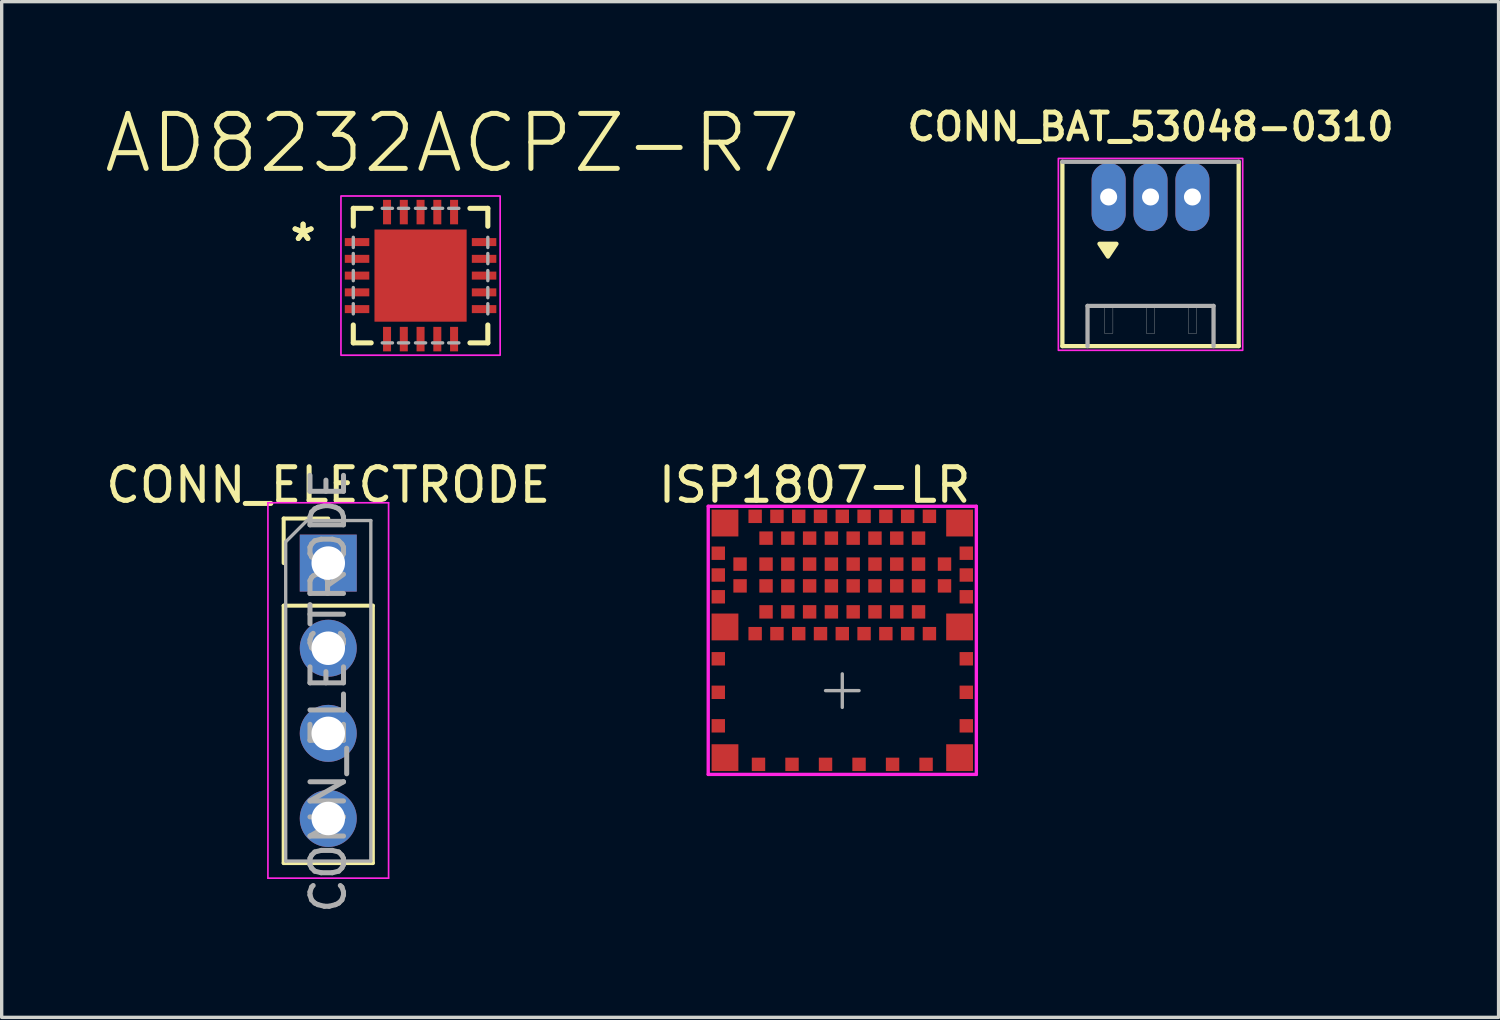
<source format=kicad_pcb>
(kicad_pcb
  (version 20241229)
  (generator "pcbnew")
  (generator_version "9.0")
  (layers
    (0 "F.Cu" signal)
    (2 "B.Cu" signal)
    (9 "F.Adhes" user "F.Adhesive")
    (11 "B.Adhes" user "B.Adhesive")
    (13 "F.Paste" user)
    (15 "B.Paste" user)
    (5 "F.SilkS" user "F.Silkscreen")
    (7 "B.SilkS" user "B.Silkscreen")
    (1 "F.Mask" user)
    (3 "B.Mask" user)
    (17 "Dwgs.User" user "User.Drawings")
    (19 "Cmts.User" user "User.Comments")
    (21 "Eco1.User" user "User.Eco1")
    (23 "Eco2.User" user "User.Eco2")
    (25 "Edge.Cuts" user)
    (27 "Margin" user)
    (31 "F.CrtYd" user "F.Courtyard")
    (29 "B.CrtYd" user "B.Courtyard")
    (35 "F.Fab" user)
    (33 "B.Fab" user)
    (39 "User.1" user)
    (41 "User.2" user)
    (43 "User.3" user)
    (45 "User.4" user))
  (footprint "ISP1807-LR"
    (layer "F.Cu")
    (at 18.081 12.056)
    (property "Reference" "ISP1807-LR" (at 3.175 -0.635 0) (layer "F.SilkS") (effects (font (size 1 1) (thickness 0.15))))
    (attr smd)
    (fp_line (start 0 0) (end 8 0) (stroke (width 0.1) (type solid)) (layer "F.CrtYd"))
    (fp_line (start 0 8) (end 0 0) (stroke (width 0.1) (type solid)) (layer "F.CrtYd"))
    (fp_line (start 0 8) (end 8 8) (stroke (width 0.1) (type solid)) (layer "F.CrtYd"))
    (fp_line (start 8 8) (end 8 0) (stroke (width 0.1) (type solid)) (layer "F.CrtYd"))
    (fp_line (start 3.5 5.5) (end 4.5 5.5) (stroke (width 0.1) (type solid)) (layer "F.Fab"))
    (fp_line (start 4 6) (end 4 5) (stroke (width 0.1) (type solid)) (layer "F.Fab"))
    (pad "1" smd rect (at 0.5 0.5) (size 0.8 0.8) (layers "F.Cu" "F.Mask" "F.Paste"))
    (pad "2" smd rect (at 0.3 1.4) (size 0.4 0.4) (layers "F.Cu" "F.Mask" "F.Paste"))
    (pad "3" smd rect (at 0.95 1.725) (size 0.4 0.4) (layers "F.Cu" "F.Mask" "F.Paste"))
    (pad "4" smd rect (at 0.3 2.05) (size 0.4 0.4) (layers "F.Cu" "F.Mask" "F.Paste"))
    (pad "5" smd rect (at 0.95 2.375) (size 0.4 0.4) (layers "F.Cu" "F.Mask" "F.Paste"))
    (pad "6" smd rect (at 0.3 2.7) (size 0.4 0.4) (layers "F.Cu" "F.Mask" "F.Paste"))
    (pad "7" smd rect (at 0.5 3.6) (size 0.8 0.8) (layers "F.Cu" "F.Mask" "F.Paste"))
    (pad "8" smd rect (at 1.4 3.8) (size 0.4 0.4) (layers "F.Cu" "F.Mask" "F.Paste"))
    (pad "9" smd rect (at 1.725 3.15) (size 0.4 0.4) (layers "F.Cu" "F.Mask" "F.Paste"))
    (pad "10" smd rect (at 2.05 3.8) (size 0.4 0.4) (layers "F.Cu" "F.Mask" "F.Paste"))
    (pad "11" smd rect (at 2.375 3.15) (size 0.4 0.4) (layers "F.Cu" "F.Mask" "F.Paste"))
    (pad "12" smd rect (at 2.7 3.8) (size 0.4 0.4) (layers "F.Cu" "F.Mask" "F.Paste"))
    (pad "13" smd rect (at 3.025 3.15) (size 0.4 0.4) (layers "F.Cu" "F.Mask" "F.Paste"))
    (pad "14" smd rect (at 3.35 3.8) (size 0.4 0.4) (layers "F.Cu" "F.Mask" "F.Paste"))
    (pad "15" smd rect (at 3.675 3.15) (size 0.4 0.4) (layers "F.Cu" "F.Mask" "F.Paste"))
    (pad "16" smd rect (at 4 3.8) (size 0.4 0.4) (layers "F.Cu" "F.Mask" "F.Paste"))
    (pad "17" smd rect (at 4.325 3.15) (size 0.4 0.4) (layers "F.Cu" "F.Mask" "F.Paste"))
    (pad "18" smd rect (at 4.65 3.8) (size 0.4 0.4) (layers "F.Cu" "F.Mask" "F.Paste"))
    (pad "19" smd rect (at 4.975 3.15) (size 0.4 0.4) (layers "F.Cu" "F.Mask" "F.Paste"))
    (pad "20" smd rect (at 5.3 3.8) (size 0.4 0.4) (layers "F.Cu" "F.Mask" "F.Paste"))
    (pad "21" smd rect (at 5.625 3.15) (size 0.4 0.4) (layers "F.Cu" "F.Mask" "F.Paste"))
    (pad "22" smd rect (at 5.95 3.8) (size 0.4 0.4) (layers "F.Cu" "F.Mask" "F.Paste"))
    (pad "23" smd rect (at 6.275 3.15) (size 0.4 0.4) (layers "F.Cu" "F.Mask" "F.Paste"))
    (pad "24" smd rect (at 6.6 3.8) (size 0.4 0.4) (layers "F.Cu" "F.Mask" "F.Paste"))
    (pad "25" smd rect (at 7.5 3.6) (size 0.8 0.8) (layers "F.Cu" "F.Mask" "F.Paste"))
    (pad "26" smd rect (at 7.7 2.7) (size 0.4 0.4) (layers "F.Cu" "F.Mask" "F.Paste"))
    (pad "27" smd rect (at 7.05 2.375) (size 0.4 0.4) (layers "F.Cu" "F.Mask" "F.Paste"))
    (pad "28" smd rect (at 7.7 2.05) (size 0.4 0.4) (layers "F.Cu" "F.Mask" "F.Paste"))
    (pad "29" smd rect (at 7.05 1.725) (size 0.4 0.4) (layers "F.Cu" "F.Mask" "F.Paste"))
    (pad "30" smd rect (at 7.7 1.4) (size 0.4 0.4) (layers "F.Cu" "F.Mask" "F.Paste"))
    (pad "31" smd rect (at 7.5 0.5) (size 0.8 0.8) (layers "F.Cu" "F.Mask" "F.Paste"))
    (pad "32" smd rect (at 6.6 0.3) (size 0.4 0.4) (layers "F.Cu" "F.Mask" "F.Paste"))
    (pad "33" smd rect (at 6.275 0.95) (size 0.4 0.4) (layers "F.Cu" "F.Mask" "F.Paste"))
    (pad "34" smd rect (at 5.95 0.3) (size 0.4 0.4) (layers "F.Cu" "F.Mask" "F.Paste"))
    (pad "35" smd rect (at 5.625 0.95) (size 0.4 0.4) (layers "F.Cu" "F.Mask" "F.Paste"))
    (pad "36" smd rect (at 5.3 0.3) (size 0.4 0.4) (layers "F.Cu" "F.Mask" "F.Paste"))
    (pad "37" smd rect (at 4.975 0.95) (size 0.4 0.4) (layers "F.Cu" "F.Mask" "F.Paste"))
    (pad "38" smd rect (at 4.65 0.3) (size 0.4 0.4) (layers "F.Cu" "F.Mask" "F.Paste"))
    (pad "39" smd rect (at 4.325 0.95) (size 0.4 0.4) (layers "F.Cu" "F.Mask" "F.Paste"))
    (pad "40" smd rect (at 4 0.3) (size 0.4 0.4) (layers "F.Cu" "F.Mask" "F.Paste"))
    (pad "41" smd rect (at 3.675 0.95) (size 0.4 0.4) (layers "F.Cu" "F.Mask" "F.Paste"))
    (pad "42" smd rect (at 3.35 0.3) (size 0.4 0.4) (layers "F.Cu" "F.Mask" "F.Paste"))
    (pad "43" smd rect (at 3.025 0.95) (size 0.4 0.4) (layers "F.Cu" "F.Mask" "F.Paste"))
    (pad "44" smd rect (at 2.7 0.3) (size 0.4 0.4) (layers "F.Cu" "F.Mask" "F.Paste"))
    (pad "45" smd rect (at 2.375 0.95) (size 0.4 0.4) (layers "F.Cu" "F.Mask" "F.Paste"))
    (pad "46" smd rect (at 2.05 0.3) (size 0.4 0.4) (layers "F.Cu" "F.Mask" "F.Paste"))
    (pad "47" smd rect (at 1.725 0.95) (size 0.4 0.4) (layers "F.Cu" "F.Mask" "F.Paste"))
    (pad "48" smd rect (at 1.4 0.3) (size 0.4 0.4) (layers "F.Cu" "F.Mask" "F.Paste"))
    (pad "49" smd rect (at 6.275 1.725) (size 0.4 0.4) (layers "F.Cu" "F.Mask" "F.Paste"))
    (pad "50" smd rect (at 5.625 1.725) (size 0.4 0.4) (layers "F.Cu" "F.Mask" "F.Paste"))
    (pad "51" smd rect (at 4.975 1.725) (size 0.4 0.4) (layers "F.Cu" "F.Mask" "F.Paste"))
    (pad "52" smd rect (at 4.325 1.725) (size 0.4 0.4) (layers "F.Cu" "F.Mask" "F.Paste"))
    (pad "53" smd rect (at 3.675 1.725) (size 0.4 0.4) (layers "F.Cu" "F.Mask" "F.Paste"))
    (pad "54" smd rect (at 3.025 1.725) (size 0.4 0.4) (layers "F.Cu" "F.Mask" "F.Paste"))
    (pad "55" smd rect (at 2.375 1.725) (size 0.4 0.4) (layers "F.Cu" "F.Mask" "F.Paste"))
    (pad "56" smd rect (at 1.725 1.725) (size 0.4 0.4) (layers "F.Cu" "F.Mask" "F.Paste"))
    (pad "57" smd rect (at 6.275 2.375) (size 0.4 0.4) (layers "F.Cu" "F.Mask" "F.Paste"))
    (pad "58" smd rect (at 5.625 2.375) (size 0.4 0.4) (layers "F.Cu" "F.Mask" "F.Paste"))
    (pad "59" smd rect (at 4.975 2.375) (size 0.4 0.4) (layers "F.Cu" "F.Mask" "F.Paste"))
    (pad "60" smd rect (at 4.325 2.375) (size 0.4 0.4) (layers "F.Cu" "F.Mask" "F.Paste"))
    (pad "61" smd rect (at 3.675 2.375) (size 0.4 0.4) (layers "F.Cu" "F.Mask" "F.Paste"))
    (pad "62" smd rect (at 3.025 2.375) (size 0.4 0.4) (layers "F.Cu" "F.Mask" "F.Paste"))
    (pad "63" smd rect (at 2.375 2.375) (size 0.4 0.4) (layers "F.Cu" "F.Mask" "F.Paste"))
    (pad "64" smd rect (at 1.725 2.375) (size 0.4 0.4) (layers "F.Cu" "F.Mask" "F.Paste"))
    (pad "65" smd rect (at 0.3 4.55) (size 0.4 0.4) (layers "F.Cu" "F.Mask" "F.Paste"))
    (pad "66" smd rect (at 0.3 5.55) (size 0.4 0.4) (layers "F.Cu" "F.Mask" "F.Paste"))
    (pad "67" smd rect (at 0.3 6.55) (size 0.4 0.4) (layers "F.Cu" "F.Mask" "F.Paste"))
    (pad "68" smd rect (at 0.5 7.5) (size 0.8 0.8) (layers "F.Cu" "F.Mask" "F.Paste"))
    (pad "69" smd rect (at 1.5 7.7) (size 0.4 0.4) (layers "F.Cu" "F.Mask" "F.Paste"))
    (pad "70" smd rect (at 2.5 7.7) (size 0.4 0.4) (layers "F.Cu" "F.Mask" "F.Paste"))
    (pad "71" smd rect (at 3.5 7.7) (size 0.4 0.4) (layers "F.Cu" "F.Mask" "F.Paste"))
    (pad "72" smd rect (at 4.5 7.7) (size 0.4 0.4) (layers "F.Cu" "F.Mask" "F.Paste"))
    (pad "73" smd rect (at 5.5 7.7) (size 0.4 0.4) (layers "F.Cu" "F.Mask" "F.Paste"))
    (pad "74" smd rect (at 6.5 7.7) (size 0.4 0.4) (layers "F.Cu" "F.Mask" "F.Paste"))
    (pad "75" smd rect (at 7.5 7.5) (size 0.8 0.8) (layers "F.Cu" "F.Mask" "F.Paste"))
    (pad "76" smd rect (at 7.7 6.55) (size 0.4 0.4) (layers "F.Cu" "F.Mask" "F.Paste"))
    (pad "77" smd rect (at 7.7 5.55) (size 0.4 0.4) (layers "F.Cu" "F.Mask" "F.Paste"))
    (pad "78" smd rect (at 7.7 4.55) (size 0.4 0.4) (layers "F.Cu" "F.Mask" "F.Paste")))
  (footprint "AD8232ACPZ-R7"
    (layer "F.Cu")
    (at 9.498 5.173)
    (property "Reference" "AD8232ACPZ-R7" (at 0.95 -3.95 0) (layer "F.SilkS") (effects (font (size 1.64 1.64) (thickness 0.15))))
    (attr smd)
    (fp_line (start -2.007 -2.007) (end -2.007 -1.473) (stroke (width 0.152) (type solid)) (layer "F.SilkS"))
    (fp_line (start -2.007 1.473) (end -2.007 2.007) (stroke (width 0.152) (type solid)) (layer "F.SilkS"))
    (fp_line (start -2.007 2.007) (end -1.473 2.007) (stroke (width 0.152) (type solid)) (layer "F.SilkS"))
    (fp_line (start -1.473 -2.007) (end -2.007 -2.007) (stroke (width 0.152) (type solid)) (layer "F.SilkS"))
    (fp_line (start 1.473 2.007) (end 2.007 2.007) (stroke (width 0.152) (type solid)) (layer "F.SilkS"))
    (fp_line (start 2.007 -2.007) (end 1.473 -2.007) (stroke (width 0.152) (type solid)) (layer "F.SilkS"))
    (fp_line (start 2.007 -1.473) (end 2.007 -2.007) (stroke (width 0.152) (type solid)) (layer "F.SilkS"))
    (fp_line (start 2.007 2.007) (end 2.007 1.473) (stroke (width 0.152) (type solid)) (layer "F.SilkS"))
    (fp_rect (start -2.375 -2.375) (end 2.375 2.375) (stroke (width 0.05) (type default)) (fill no) (layer "F.CrtYd"))
    (fp_line (start -2.007 -1.143) (end -2.007 -0.838) (stroke (width 0.1) (type solid)) (layer "F.Fab"))
    (fp_line (start -2.007 -0.66) (end -2.007 -0.356) (stroke (width 0.1) (type solid)) (layer "F.Fab"))
    (fp_line (start -2.007 -0.152) (end -2.007 0.152) (stroke (width 0.1) (type solid)) (layer "F.Fab"))
    (fp_line (start -2.007 0.356) (end -2.007 0.66) (stroke (width 0.1) (type solid)) (layer "F.Fab"))
    (fp_line (start -2.007 0.838) (end -2.007 1.143) (stroke (width 0.1) (type solid)) (layer "F.Fab"))
    (fp_line (start -1.143 2.007) (end -0.838 2.007) (stroke (width 0.1) (type solid)) (layer "F.Fab"))
    (fp_line (start -0.838 -2.007) (end -1.143 -2.007) (stroke (width 0.1) (type solid)) (layer "F.Fab"))
    (fp_line (start -0.66 2.007) (end -0.356 2.007) (stroke (width 0.1) (type solid)) (layer "F.Fab"))
    (fp_line (start -0.356 -2.007) (end -0.66 -2.007) (stroke (width 0.1) (type solid)) (layer "F.Fab"))
    (fp_line (start -0.152 2.007) (end 0.152 2.007) (stroke (width 0.1) (type solid)) (layer "F.Fab"))
    (fp_line (start 0.152 -2.007) (end -0.152 -2.007) (stroke (width 0.1) (type solid)) (layer "F.Fab"))
    (fp_line (start 0.356 2.007) (end 0.66 2.007) (stroke (width 0.1) (type solid)) (layer "F.Fab"))
    (fp_line (start 0.66 -2.007) (end 0.356 -2.007) (stroke (width 0.1) (type solid)) (layer "F.Fab"))
    (fp_line (start 0.838 2.007) (end 1.143 2.007) (stroke (width 0.1) (type solid)) (layer "F.Fab"))
    (fp_line (start 1.143 -2.007) (end 0.838 -2.007) (stroke (width 0.1) (type solid)) (layer "F.Fab"))
    (fp_line (start 2.007 -0.838) (end 2.007 -1.143) (stroke (width 0.1) (type solid)) (layer "F.Fab"))
    (fp_line (start 2.007 -0.356) (end 2.007 -0.66) (stroke (width 0.1) (type solid)) (layer "F.Fab"))
    (fp_line (start 2.007 0.152) (end 2.007 -0.152) (stroke (width 0.1) (type solid)) (layer "F.Fab"))
    (fp_line (start 2.007 0.66) (end 2.007 0.356) (stroke (width 0.1) (type solid)) (layer "F.Fab"))
    (fp_line (start 2.007 1.143) (end 2.007 0.838) (stroke (width 0.1) (type solid)) (layer "F.Fab"))
    (fp_text user "*" (at -3.505 -0.991 0) (layer "F.SilkS") (effects (font (size 1 1) (thickness 0.15))))
    (fp_text user "*" (at -3.505 -0.991 0) (layer "F.SilkS") (effects (font (size 1 1) (thickness 0.15))))
    (pad "1" smd rect (at -1.895 -1 270) (size 0.239 0.731) (layers "F.Cu" "F.Mask" "F.Paste"))
    (pad "2" smd rect (at -1.895 -0.5 270) (size 0.239 0.731) (layers "F.Cu" "F.Mask" "F.Paste"))
    (pad "3" smd rect (at -1.895 0 270) (size 0.239 0.731) (layers "F.Cu" "F.Mask" "F.Paste"))
    (pad "4" smd rect (at -1.895 0.5 270) (size 0.239 0.731) (layers "F.Cu" "F.Mask" "F.Paste"))
    (pad "5" smd rect (at -1.895 1 270) (size 0.239 0.731) (layers "F.Cu" "F.Mask" "F.Paste"))
    (pad "6" smd rect (at -1 1.895 180) (size 0.239 0.731) (layers "F.Cu" "F.Mask" "F.Paste"))
    (pad "7" smd rect (at -0.5 1.895 180) (size 0.239 0.731) (layers "F.Cu" "F.Mask" "F.Paste"))
    (pad "8" smd rect (at 0 1.895 180) (size 0.239 0.731) (layers "F.Cu" "F.Mask" "F.Paste"))
    (pad "9" smd rect (at 0.5 1.895 180) (size 0.239 0.731) (layers "F.Cu" "F.Mask" "F.Paste"))
    (pad "10" smd rect (at 1 1.895 180) (size 0.239 0.731) (layers "F.Cu" "F.Mask" "F.Paste"))
    (pad "11" smd rect (at 1.895 1 270) (size 0.239 0.731) (layers "F.Cu" "F.Mask" "F.Paste"))
    (pad "12" smd rect (at 1.895 0.5 270) (size 0.239 0.731) (layers "F.Cu" "F.Mask" "F.Paste"))
    (pad "13" smd rect (at 1.895 0 270) (size 0.239 0.731) (layers "F.Cu" "F.Mask" "F.Paste"))
    (pad "14" smd rect (at 1.895 -0.5 270) (size 0.239 0.731) (layers "F.Cu" "F.Mask" "F.Paste"))
    (pad "15" smd rect (at 1.895 -1 270) (size 0.239 0.731) (layers "F.Cu" "F.Mask" "F.Paste"))
    (pad "16" smd rect (at 1 -1.895 180) (size 0.239 0.731) (layers "F.Cu" "F.Mask" "F.Paste"))
    (pad "17" smd rect (at 0.5 -1.895 180) (size 0.239 0.731) (layers "F.Cu" "F.Mask" "F.Paste"))
    (pad "18" smd rect (at 0 -1.895 180) (size 0.239 0.731) (layers "F.Cu" "F.Mask" "F.Paste"))
    (pad "19" smd rect (at -0.5 -1.895 180) (size 0.239 0.731) (layers "F.Cu" "F.Mask" "F.Paste"))
    (pad "20" smd rect (at -1 -1.895 180) (size 0.239 0.731) (layers "F.Cu" "F.Mask" "F.Paste"))
    (pad "21" smd rect (at 0 0) (size 2.75 2.75) (layers "F.Cu" "F.Mask" "F.Paste")))
  (footprint "CONN_BAT_53048-0310"
    (layer "F.Cu")
    (at 31.278 2.827)
    (property "Reference" "CONN_BAT_53048-0310" (at 0 -2.095 0) (layer "F.SilkS") (effects (font (size 0.8 0.8) (thickness 0.15))))
    (attr through_hole)
    (fp_line (start -2.63 4.45) (end -2.63 -1.05) (stroke (width 0.127) (type solid)) (layer "F.SilkS"))
    (fp_line (start 2.63 -1.05) (end 2.63 4.45) (stroke (width 0.127) (type solid)) (layer "F.SilkS"))
    (fp_line (start 2.63 4.45) (end -2.63 4.45) (stroke (width 0.127) (type solid)) (layer "F.SilkS"))
    (fp_poly (pts (xy -1.524 1.397) (xy -1.016 1.397) (xy -1.27 1.778)) (stroke (width 0.127) (type solid)) (fill yes) (layer "F.SilkS"))
    (fp_rect (start -2.75 -1.15) (end 2.75 4.575) (stroke (width 0.05) (type default)) (fill no) (layer "F.CrtYd"))
    (fp_line (start -2.63 -1.05) (end 2.63 -1.05) (stroke (width 0.127) (type solid)) (layer "F.Fab"))
    (fp_line (start -1.88 3.25) (end 1.88 3.25) (stroke (width 0.127) (type solid)) (layer "F.Fab"))
    (fp_line (start -1.88 4.45) (end -1.88 3.25) (stroke (width 0.127) (type solid)) (layer "F.Fab"))
    (fp_line (start 1.88 3.25) (end 1.88 4.45) (stroke (width 0.127) (type solid)) (layer "F.Fab"))
    (fp_poly (pts (xy -1.377 3.3) (xy -1.123 3.3) (xy -1.123 4.067) (xy -1.377 4.067)) (stroke (width 0.01) (type solid)) (fill no) (layer "F.Fab"))
    (fp_poly (pts (xy -0.127 3.3) (xy 0.127 3.3) (xy 0.127 4.067) (xy -0.127 4.067)) (stroke (width 0.01) (type solid)) (fill no) (layer "F.Fab"))
    (fp_poly (pts (xy 1.123 3.3) (xy 1.377 3.3) (xy 1.377 4.067) (xy 1.123 4.067)) (stroke (width 0.01) (type solid)) (fill no) (layer "F.Fab"))
    (pad "1" thru_hole oval (at -1.25 0) (size 1.016 2.032) (drill 0.508) (layers "*.Cu" "*.Mask"))
    (pad "2" thru_hole oval (at 0 0) (size 1.016 2.032) (drill 0.508) (layers "*.Cu" "*.Mask"))
    (pad "3" thru_hole oval (at 1.25 0) (size 1.016 2.032) (drill 0.508) (layers "*.Cu" "*.Mask")))
  (footprint "CONN_ELECTRODE"
    (layer "F.Cu")
    (at 6.744 13.751)
    (property "Reference" "CONN_ELECTRODE" (at 0 -2.33 0) (layer "F.SilkS") (effects (font (size 1 1) (thickness 0.15))))
    (attr through_hole)
    (fp_line (start -1.33 -1.33) (end 0 -1.33) (stroke (width 0.12) (type solid)) (layer "F.SilkS"))
    (fp_line (start -1.33 0) (end -1.33 -1.33) (stroke (width 0.12) (type solid)) (layer "F.SilkS"))
    (fp_line (start -1.33 1.27) (end -1.33 8.95) (stroke (width 0.12) (type solid)) (layer "F.SilkS"))
    (fp_line (start -1.33 1.27) (end 1.33 1.27) (stroke (width 0.12) (type solid)) (layer "F.SilkS"))
    (fp_line (start -1.33 8.95) (end 1.33 8.95) (stroke (width 0.12) (type solid)) (layer "F.SilkS"))
    (fp_line (start 1.33 1.27) (end 1.33 8.95) (stroke (width 0.12) (type solid)) (layer "F.SilkS"))
    (fp_line (start -1.8 -1.8) (end -1.8 9.4) (stroke (width 0.05) (type solid)) (layer "F.CrtYd"))
    (fp_line (start -1.8 9.4) (end 1.8 9.4) (stroke (width 0.05) (type solid)) (layer "F.CrtYd"))
    (fp_line (start 1.8 -1.8) (end -1.8 -1.8) (stroke (width 0.05) (type solid)) (layer "F.CrtYd"))
    (fp_line (start 1.8 9.4) (end 1.8 -1.8) (stroke (width 0.05) (type solid)) (layer "F.CrtYd"))
    (fp_line (start -1.27 -0.635) (end -0.635 -1.27) (stroke (width 0.1) (type solid)) (layer "F.Fab"))
    (fp_line (start -1.27 8.89) (end -1.27 -0.635) (stroke (width 0.1) (type solid)) (layer "F.Fab"))
    (fp_line (start -0.635 -1.27) (end 1.27 -1.27) (stroke (width 0.1) (type solid)) (layer "F.Fab"))
    (fp_line (start 1.27 -1.27) (end 1.27 8.89) (stroke (width 0.1) (type solid)) (layer "F.Fab"))
    (fp_line (start 1.27 8.89) (end -1.27 8.89) (stroke (width 0.1) (type solid)) (layer "F.Fab"))
    (fp_text user "${REFERENCE}" (at 0 3.81 90) (layer "F.Fab") (effects (font (size 1 1) (thickness 0.15))))
    (pad "1" thru_hole rect (at 0 0) (size 1.7 1.7) (drill 1) (layers "*.Cu" "*.Mask"))
    (pad "2" thru_hole oval (at 0 2.54) (size 1.7 1.7) (drill 1) (layers "*.Cu" "*.Mask"))
    (pad "3" thru_hole oval (at 0 5.08) (size 1.7 1.7) (drill 1) (layers "*.Cu" "*.Mask"))
    (pad "4" thru_hole oval (at 0 7.62) (size 1.7 1.7) (drill 1) (layers "*.Cu" "*.Mask")))
  (gr_rect
    (start -3 -3)
    (end 41.662 27.305)
    (stroke (width 0.1) (type default))
    (fill no)
    (layer "Edge.Cuts")))
</source>
